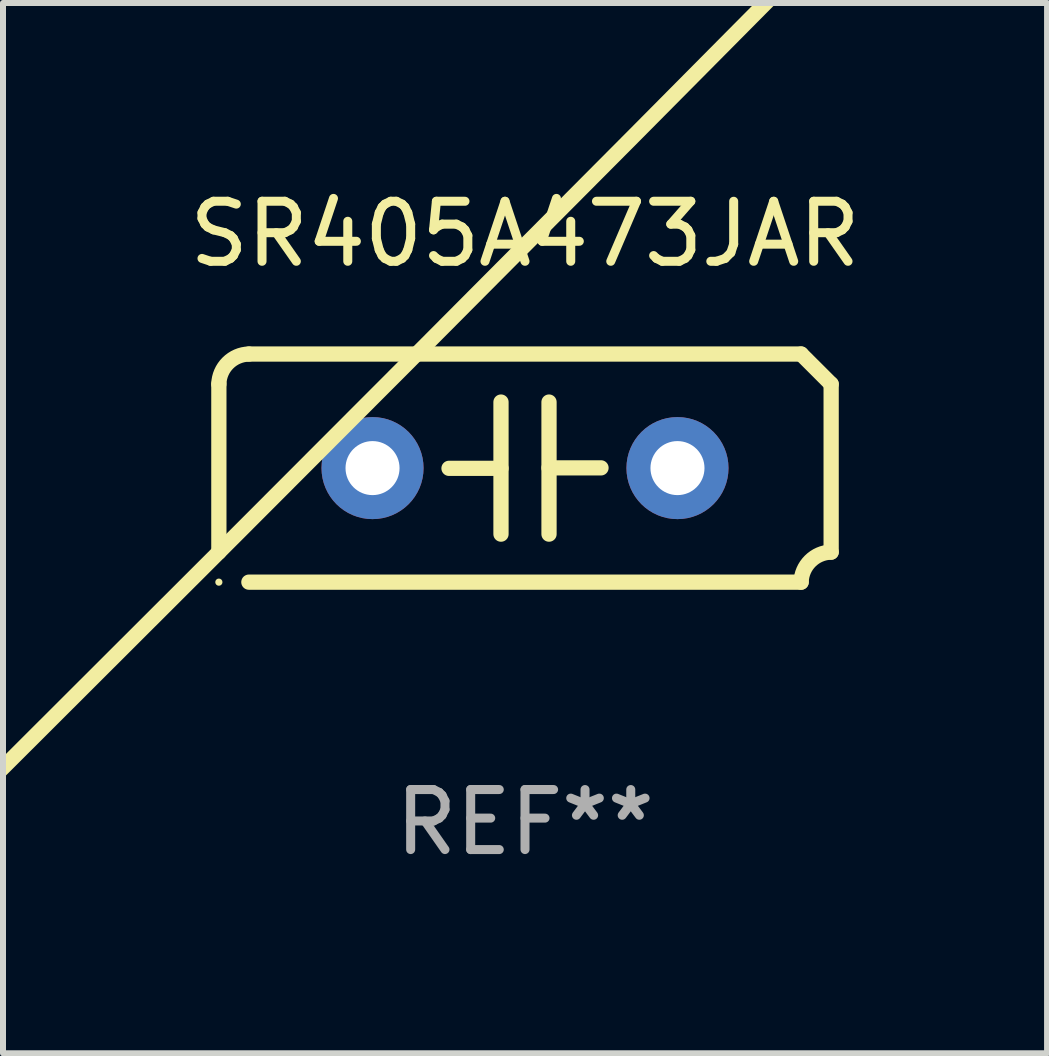
<source format=kicad_pcb>
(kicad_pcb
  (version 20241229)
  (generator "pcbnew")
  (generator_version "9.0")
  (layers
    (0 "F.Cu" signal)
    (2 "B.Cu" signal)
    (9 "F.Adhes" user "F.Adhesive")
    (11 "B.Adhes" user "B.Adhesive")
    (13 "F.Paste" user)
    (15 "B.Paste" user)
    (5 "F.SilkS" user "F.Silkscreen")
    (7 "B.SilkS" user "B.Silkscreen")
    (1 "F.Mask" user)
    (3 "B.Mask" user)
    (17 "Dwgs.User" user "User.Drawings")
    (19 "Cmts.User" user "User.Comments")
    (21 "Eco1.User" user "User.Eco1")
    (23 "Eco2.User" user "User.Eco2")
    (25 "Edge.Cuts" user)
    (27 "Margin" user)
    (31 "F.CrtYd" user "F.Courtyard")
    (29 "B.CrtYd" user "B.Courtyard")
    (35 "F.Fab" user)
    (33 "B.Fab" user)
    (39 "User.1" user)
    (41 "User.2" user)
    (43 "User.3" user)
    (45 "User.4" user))
  (footprint "SR405A473JAR"
    (layer "F.Cu")
    (at 5.696 4.748)
    (property "Reference" "SR405A473JAR" (at 0 -3.9 0) (layer "F.SilkS") (effects (font (size 1 1) (thickness 0.15))))
    (attr through_hole)
    (fp_line (start -5.1 -1.4) (end -5.1 1.4) (stroke (width 0.254) (type solid)) (layer "F.SilkS"))
    (fp_line (start -4.6 -1.9) (end 4.6 -1.9) (stroke (width 0.254) (type solid)) (layer "F.SilkS"))
    (fp_line (start -0.4 -1.1) (end -0.4 1.1) (stroke (width 0.254) (type solid)) (layer "F.SilkS"))
    (fp_line (start -0.4 0.004) (end -1.266 0.004) (stroke (width 0.254) (type solid)) (layer "F.SilkS"))
    (fp_line (start 0.4 -0.004) (end 1.266 -0.004) (stroke (width 0.254) (type solid)) (layer "F.SilkS"))
    (fp_line (start 0.4 1.1) (end 0.4 -1.1) (stroke (width 0.254) (type solid)) (layer "F.SilkS"))
    (fp_line (start 4.6 1.9) (end -4.6 1.9) (stroke (width 0.254) (type solid)) (layer "F.SilkS"))
    (fp_line (start 5.1 1.4) (end 5.1 -1.4) (stroke (width 0.254) (type solid)) (layer "F.SilkS"))
    (fp_arc (start -5.10033 -1.399543) (mid -4.950485 -1.750066) (end -4.6 -1.9) (stroke (width 0.254001) (type solid)) (layer "F.SilkS"))
    (fp_arc (start -5.1 1.400025) (mid -4.966941 1.532863) (end -4.83389 1.665709) (stroke (width 0.254001) (type solid)) (layer "F.SilkS"))
    (fp_arc (start 4.599542 -1.900356) (mid 4.850112 -1.650531) (end 5.1 -1.400025) (stroke (width 0.254001) (type solid)) (layer "F.SilkS"))
    (fp_arc (start 4.6 1.9) (mid 4.749828 1.549459) (end 5.100331 1.399543) (stroke (width 0.254001) (type solid)) (layer "F.SilkS"))
    (fp_circle (center -5.1 1.9) (end -5.07 1.9) (stroke (width 0.06) (type solid)) (fill no) (layer "F.SilkS"))
    (fp_text user "REF**" (at 0 5.9 0) (layer "F.Fab") (effects (font (size 1 1) (thickness 0.15))))
    (pad "1" thru_hole circle (at -2.54 0) (size 1.7 1.7) (drill 0.9) (layers "*.Cu" "*.Mask"))
    (pad "2" thru_hole circle (at 2.54 0) (size 1.7 1.7) (drill 0.9) (layers "*.Cu" "*.Mask")))
  (gr_rect
    (start -3 -3)
    (end 14.393 14.496)
    (stroke (width 0.1) (type default))
    (fill no)
    (layer "Edge.Cuts")))
</source>
